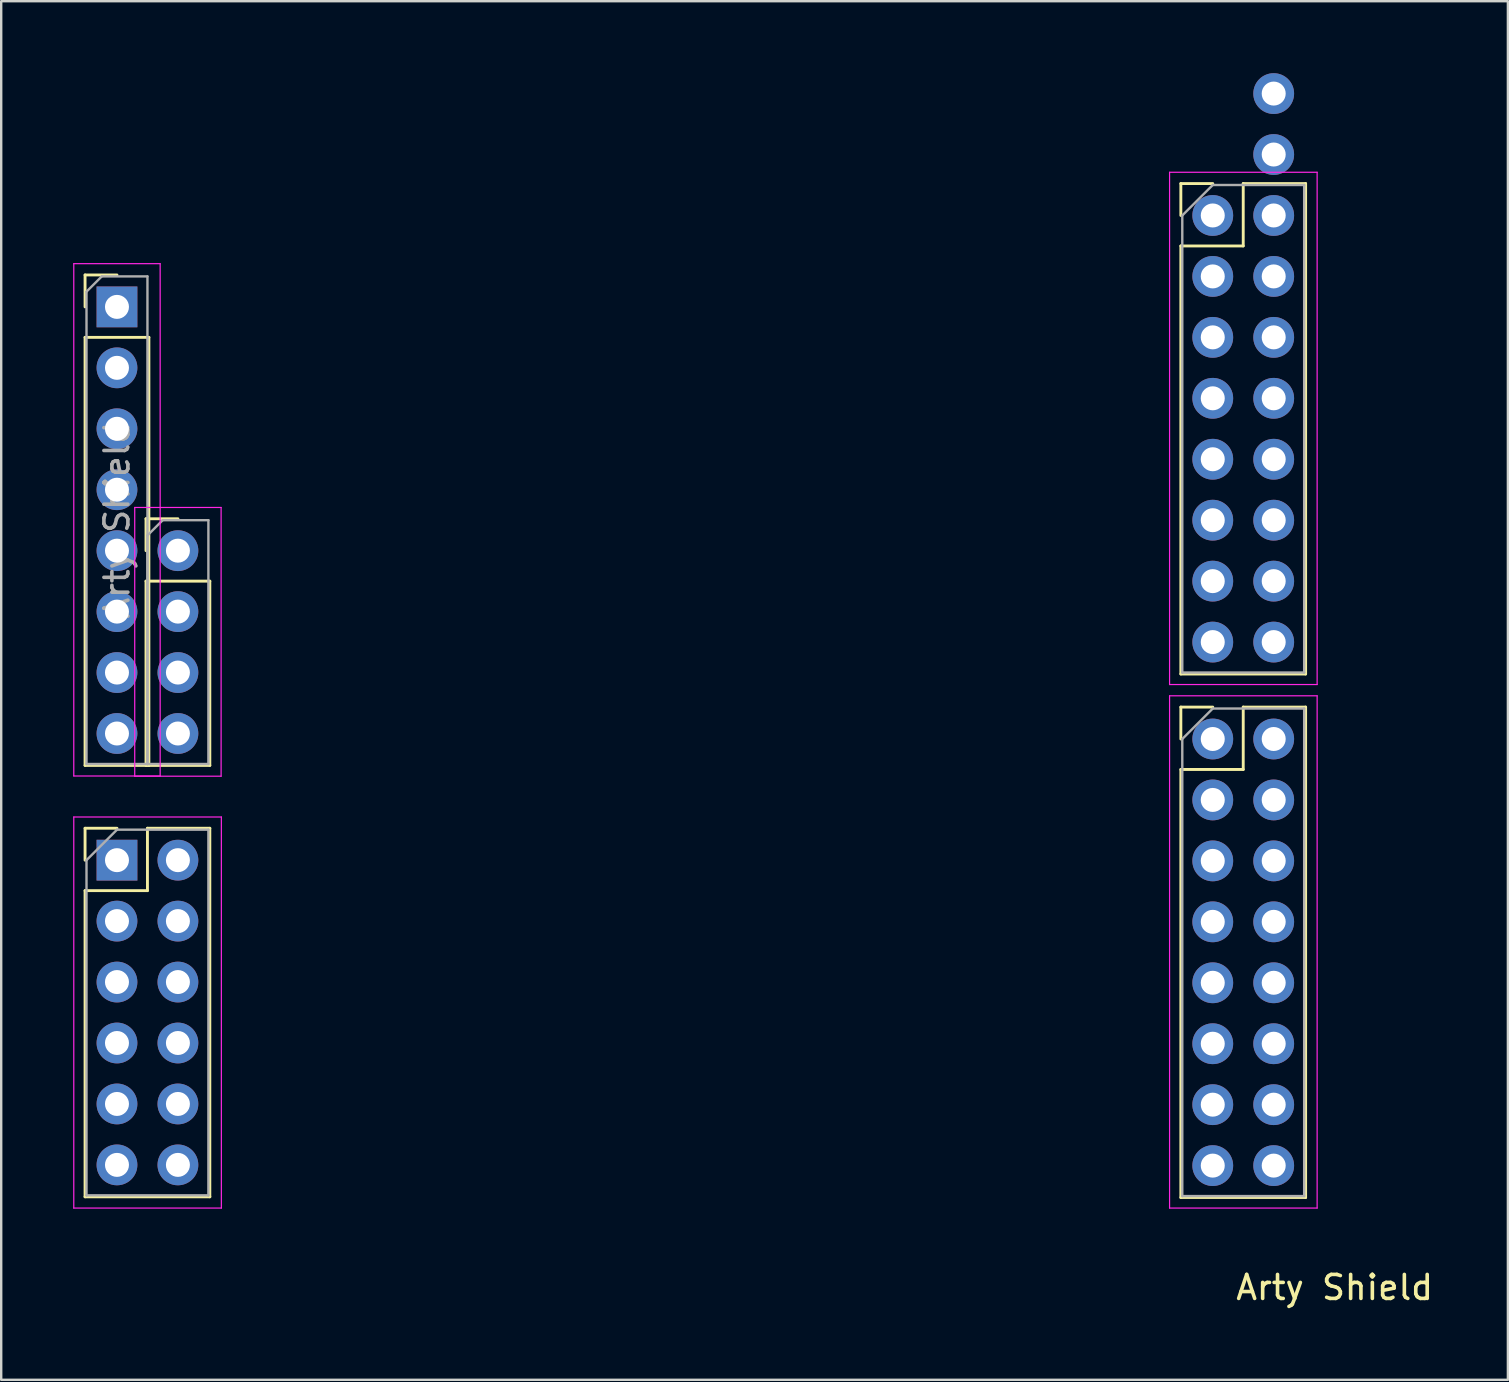
<source format=kicad_pcb>
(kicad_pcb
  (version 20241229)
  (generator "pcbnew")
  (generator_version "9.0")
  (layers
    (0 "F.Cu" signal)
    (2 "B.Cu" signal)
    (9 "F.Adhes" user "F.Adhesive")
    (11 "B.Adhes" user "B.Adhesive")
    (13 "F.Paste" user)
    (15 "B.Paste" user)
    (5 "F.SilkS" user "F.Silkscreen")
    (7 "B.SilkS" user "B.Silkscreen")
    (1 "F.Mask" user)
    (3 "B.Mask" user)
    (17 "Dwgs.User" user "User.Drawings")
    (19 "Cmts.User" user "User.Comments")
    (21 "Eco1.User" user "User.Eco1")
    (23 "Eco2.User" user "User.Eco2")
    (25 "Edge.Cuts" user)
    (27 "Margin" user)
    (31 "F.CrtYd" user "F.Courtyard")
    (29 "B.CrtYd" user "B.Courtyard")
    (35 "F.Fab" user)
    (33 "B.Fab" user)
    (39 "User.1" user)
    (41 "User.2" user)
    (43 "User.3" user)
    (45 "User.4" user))
  (footprint "Arty Shield"
    (layer "F.Cu")
    (at 50.034 45.529)
    (property "Reference" "Arty Shield" (at 2.54 5.08 0) (unlocked yes) (layer "F.SilkS") (effects (font (size 1 1) (thickness 0.15))))
    (attr through_hole)
    (fp_line (start -49.539 -37.119) (end -48.209 -37.119) (stroke (width 0.12) (type solid)) (layer "F.SilkS"))
    (fp_line (start -49.539 -35.789) (end -49.539 -37.119) (stroke (width 0.12) (type solid)) (layer "F.SilkS"))
    (fp_line (start -49.539 -34.519) (end -49.539 -16.679) (stroke (width 0.12) (type solid)) (layer "F.SilkS"))
    (fp_line (start -49.539 -34.519) (end -46.879 -34.519) (stroke (width 0.12) (type solid)) (layer "F.SilkS"))
    (fp_line (start -49.539 -16.679) (end -46.879 -16.679) (stroke (width 0.12) (type solid)) (layer "F.SilkS"))
    (fp_line (start -49.539 -14.06) (end -48.209 -14.06) (stroke (width 0.12) (type solid)) (layer "F.SilkS"))
    (fp_line (start -49.539 -12.73) (end -49.539 -14.06) (stroke (width 0.12) (type solid)) (layer "F.SilkS"))
    (fp_line (start -49.539 -11.46) (end -49.539 1.3) (stroke (width 0.12) (type solid)) (layer "F.SilkS"))
    (fp_line (start -49.539 -11.46) (end -46.939 -11.46) (stroke (width 0.12) (type solid)) (layer "F.SilkS"))
    (fp_line (start -49.539 1.3) (end -44.339 1.3) (stroke (width 0.12) (type solid)) (layer "F.SilkS"))
    (fp_line (start -46.999 -26.959) (end -45.669 -26.959) (stroke (width 0.12) (type solid)) (layer "F.SilkS"))
    (fp_line (start -46.999 -25.629) (end -46.999 -26.959) (stroke (width 0.12) (type solid)) (layer "F.SilkS"))
    (fp_line (start -46.999 -24.359) (end -46.999 -16.679) (stroke (width 0.12) (type solid)) (layer "F.SilkS"))
    (fp_line (start -46.999 -24.359) (end -44.339 -24.359) (stroke (width 0.12) (type solid)) (layer "F.SilkS"))
    (fp_line (start -46.999 -16.679) (end -44.339 -16.679) (stroke (width 0.12) (type solid)) (layer "F.SilkS"))
    (fp_line (start -46.939 -14.06) (end -44.339 -14.06) (stroke (width 0.12) (type solid)) (layer "F.SilkS"))
    (fp_line (start -46.939 -11.46) (end -46.939 -14.06) (stroke (width 0.12) (type solid)) (layer "F.SilkS"))
    (fp_line (start -46.879 -34.519) (end -46.879 -16.679) (stroke (width 0.12) (type solid)) (layer "F.SilkS"))
    (fp_line (start -44.339 -24.359) (end -44.339 -16.679) (stroke (width 0.12) (type solid)) (layer "F.SilkS"))
    (fp_line (start -44.339 -14.06) (end -44.339 1.3) (stroke (width 0.12) (type solid)) (layer "F.SilkS"))
    (fp_line (start -3.87 -40.929) (end -2.54 -40.929) (stroke (width 0.12) (type solid)) (layer "F.SilkS"))
    (fp_line (start -3.87 -39.599) (end -3.87 -40.929) (stroke (width 0.12) (type solid)) (layer "F.SilkS"))
    (fp_line (start -3.87 -38.329) (end -3.87 -20.489) (stroke (width 0.12) (type solid)) (layer "F.SilkS"))
    (fp_line (start -3.87 -38.329) (end -1.27 -38.329) (stroke (width 0.12) (type solid)) (layer "F.SilkS"))
    (fp_line (start -3.87 -20.489) (end 1.33 -20.489) (stroke (width 0.12) (type solid)) (layer "F.SilkS"))
    (fp_line (start -3.87 -19.11) (end -2.54 -19.11) (stroke (width 0.12) (type solid)) (layer "F.SilkS"))
    (fp_line (start -3.87 -17.78) (end -3.87 -19.11) (stroke (width 0.12) (type solid)) (layer "F.SilkS"))
    (fp_line (start -3.87 -16.51) (end -3.87 1.33) (stroke (width 0.12) (type solid)) (layer "F.SilkS"))
    (fp_line (start -3.87 -16.51) (end -1.27 -16.51) (stroke (width 0.12) (type solid)) (layer "F.SilkS"))
    (fp_line (start -3.87 1.33) (end 1.33 1.33) (stroke (width 0.12) (type solid)) (layer "F.SilkS"))
    (fp_line (start -1.27 -40.929) (end 1.33 -40.929) (stroke (width 0.12) (type solid)) (layer "F.SilkS"))
    (fp_line (start -1.27 -38.329) (end -1.27 -40.929) (stroke (width 0.12) (type solid)) (layer "F.SilkS"))
    (fp_line (start -1.27 -19.11) (end 1.33 -19.11) (stroke (width 0.12) (type solid)) (layer "F.SilkS"))
    (fp_line (start -1.27 -16.51) (end -1.27 -19.11) (stroke (width 0.12) (type solid)) (layer "F.SilkS"))
    (fp_line (start 1.33 -40.929) (end 1.33 -20.489) (stroke (width 0.12) (type solid)) (layer "F.SilkS"))
    (fp_line (start 1.33 -19.11) (end 1.33 1.33) (stroke (width 0.12) (type solid)) (layer "F.SilkS"))
    (fp_line (start -50.009 -37.589) (end -50.009 -16.239) (stroke (width 0.05) (type solid)) (layer "F.CrtYd"))
    (fp_line (start -50.009 -16.239) (end -46.409 -16.239) (stroke (width 0.05) (type solid)) (layer "F.CrtYd"))
    (fp_line (start -50.009 -14.53) (end -50.009 1.77) (stroke (width 0.05) (type solid)) (layer "F.CrtYd"))
    (fp_line (start -50.009 1.77) (end -43.859 1.77) (stroke (width 0.05) (type solid)) (layer "F.CrtYd"))
    (fp_line (start -47.469 -27.429) (end -47.469 -16.229) (stroke (width 0.05) (type solid)) (layer "F.CrtYd"))
    (fp_line (start -47.469 -16.229) (end -43.869 -16.229) (stroke (width 0.05) (type solid)) (layer "F.CrtYd"))
    (fp_line (start -46.409 -37.589) (end -50.009 -37.589) (stroke (width 0.05) (type solid)) (layer "F.CrtYd"))
    (fp_line (start -46.409 -16.239) (end -46.409 -37.589) (stroke (width 0.05) (type solid)) (layer "F.CrtYd"))
    (fp_line (start -43.869 -27.429) (end -47.469 -27.429) (stroke (width 0.05) (type solid)) (layer "F.CrtYd"))
    (fp_line (start -43.869 -16.229) (end -43.869 -27.429) (stroke (width 0.05) (type solid)) (layer "F.CrtYd"))
    (fp_line (start -43.859 -14.53) (end -50.009 -14.53) (stroke (width 0.05) (type solid)) (layer "F.CrtYd"))
    (fp_line (start -43.859 1.77) (end -43.859 -14.53) (stroke (width 0.05) (type solid)) (layer "F.CrtYd"))
    (fp_line (start -4.34 -41.399) (end -4.34 -20.049) (stroke (width 0.05) (type solid)) (layer "F.CrtYd"))
    (fp_line (start -4.34 -20.049) (end 1.81 -20.049) (stroke (width 0.05) (type solid)) (layer "F.CrtYd"))
    (fp_line (start -4.34 -19.58) (end -4.34 1.77) (stroke (width 0.05) (type solid)) (layer "F.CrtYd"))
    (fp_line (start -4.34 1.77) (end 1.81 1.77) (stroke (width 0.05) (type solid)) (layer "F.CrtYd"))
    (fp_line (start 1.81 -41.399) (end -4.34 -41.399) (stroke (width 0.05) (type solid)) (layer "F.CrtYd"))
    (fp_line (start 1.81 -20.049) (end 1.81 -41.399) (stroke (width 0.05) (type solid)) (layer "F.CrtYd"))
    (fp_line (start 1.81 -19.58) (end -4.34 -19.58) (stroke (width 0.05) (type solid)) (layer "F.CrtYd"))
    (fp_line (start 1.81 1.77) (end 1.81 -19.58) (stroke (width 0.05) (type solid)) (layer "F.CrtYd"))
    (fp_line (start -49.479 -36.424) (end -48.844 -37.059) (stroke (width 0.1) (type solid)) (layer "F.Fab"))
    (fp_line (start -49.479 -16.739) (end -49.479 -36.424) (stroke (width 0.1) (type solid)) (layer "F.Fab"))
    (fp_line (start -49.479 -12.73) (end -48.209 -14) (stroke (width 0.1) (type solid)) (layer "F.Fab"))
    (fp_line (start -49.479 1.24) (end -49.479 -12.73) (stroke (width 0.1) (type solid)) (layer "F.Fab"))
    (fp_line (start -48.844 -37.059) (end -46.939 -37.059) (stroke (width 0.1) (type solid)) (layer "F.Fab"))
    (fp_line (start -48.209 -14) (end -44.399 -14) (stroke (width 0.1) (type solid)) (layer "F.Fab"))
    (fp_line (start -46.939 -37.059) (end -46.939 -16.739) (stroke (width 0.1) (type solid)) (layer "F.Fab"))
    (fp_line (start -46.939 -26.264) (end -46.304 -26.899) (stroke (width 0.1) (type solid)) (layer "F.Fab"))
    (fp_line (start -46.939 -16.739) (end -49.479 -16.739) (stroke (width 0.1) (type solid)) (layer "F.Fab"))
    (fp_line (start -46.939 -16.739) (end -46.939 -26.264) (stroke (width 0.1) (type solid)) (layer "F.Fab"))
    (fp_line (start -46.304 -26.899) (end -44.399 -26.899) (stroke (width 0.1) (type solid)) (layer "F.Fab"))
    (fp_line (start -44.399 -26.899) (end -44.399 -16.739) (stroke (width 0.1) (type solid)) (layer "F.Fab"))
    (fp_line (start -44.399 -16.739) (end -46.939 -16.739) (stroke (width 0.1) (type solid)) (layer "F.Fab"))
    (fp_line (start -44.399 -14) (end -44.399 1.24) (stroke (width 0.1) (type solid)) (layer "F.Fab"))
    (fp_line (start -44.399 1.24) (end -49.479 1.24) (stroke (width 0.1) (type solid)) (layer "F.Fab"))
    (fp_line (start -3.81 -39.599) (end -2.54 -40.869) (stroke (width 0.1) (type solid)) (layer "F.Fab"))
    (fp_line (start -3.81 -20.549) (end -3.81 -39.599) (stroke (width 0.1) (type solid)) (layer "F.Fab"))
    (fp_line (start -3.81 -17.78) (end -2.54 -19.05) (stroke (width 0.1) (type solid)) (layer "F.Fab"))
    (fp_line (start -3.81 1.27) (end -3.81 -17.78) (stroke (width 0.1) (type solid)) (layer "F.Fab"))
    (fp_line (start -2.54 -40.869) (end 1.27 -40.869) (stroke (width 0.1) (type solid)) (layer "F.Fab"))
    (fp_line (start -2.54 -19.05) (end 1.27 -19.05) (stroke (width 0.1) (type solid)) (layer "F.Fab"))
    (fp_line (start 1.27 -40.869) (end 1.27 -20.549) (stroke (width 0.1) (type solid)) (layer "F.Fab"))
    (fp_line (start 1.27 -20.549) (end -3.81 -20.549) (stroke (width 0.1) (type solid)) (layer "F.Fab"))
    (fp_line (start 1.27 -19.05) (end 1.27 1.27) (stroke (width 0.1) (type solid)) (layer "F.Fab"))
    (fp_line (start 1.27 1.27) (end -3.81 1.27) (stroke (width 0.1) (type solid)) (layer "F.Fab"))
    (fp_text user "${REFERENCE}" (at -48.209 -26.899 90) (layer "F.Fab") (effects (font (size 1 1) (thickness 0.15))))
    (pad "1" thru_hole rect (at -48.209 -35.789) (size 1.7 1.7) (drill 1) (layers "*.Cu" "*.Mask"))
    (pad "1" thru_hole rect (at -48.209 -12.73) (size 1.7 1.7) (drill 1) (layers "*.Cu" "*.Mask"))
    (pad "1" thru_hole circle (at -45.669 -25.629) (size 1.7 1.7) (drill 1) (layers "*.Cu" "*.Mask"))
    (pad "1" thru_hole circle (at -2.54 -39.599) (size 1.7 1.7) (drill 1) (layers "*.Cu" "*.Mask"))
    (pad "1" thru_hole circle (at -2.54 -17.78) (size 1.7 1.7) (drill 1) (layers "*.Cu" "*.Mask"))
    (pad "2" thru_hole oval (at -48.209 -33.249) (size 1.7 1.7) (drill 1) (layers "*.Cu" "*.Mask"))
    (pad "2" thru_hole oval (at -45.669 -23.089) (size 1.7 1.7) (drill 1) (layers "*.Cu" "*.Mask"))
    (pad "2" thru_hole oval (at -45.669 -12.73) (size 1.7 1.7) (drill 1) (layers "*.Cu" "*.Mask"))
    (pad "2" thru_hole oval (at 0 -39.599) (size 1.7 1.7) (drill 1) (layers "*.Cu" "*.Mask"))
    (pad "2" thru_hole oval (at 0 -17.78) (size 1.7 1.7) (drill 1) (layers "*.Cu" "*.Mask"))
    (pad "3" thru_hole oval (at -48.209 -30.709) (size 1.7 1.7) (drill 1) (layers "*.Cu" "*.Mask"))
    (pad "3" thru_hole oval (at -48.209 -10.19) (size 1.7 1.7) (drill 1) (layers "*.Cu" "*.Mask"))
    (pad "3" thru_hole oval (at -45.669 -20.549) (size 1.7 1.7) (drill 1) (layers "*.Cu" "*.Mask"))
    (pad "3" thru_hole oval (at -2.54 -37.059) (size 1.7 1.7) (drill 1) (layers "*.Cu" "*.Mask"))
    (pad "3" thru_hole oval (at -2.54 -15.24) (size 1.7 1.7) (drill 1) (layers "*.Cu" "*.Mask"))
    (pad "4" thru_hole oval (at -48.209 -28.169) (size 1.7 1.7) (drill 1) (layers "*.Cu" "*.Mask"))
    (pad "4" thru_hole oval (at -45.669 -18.009) (size 1.7 1.7) (drill 1) (layers "*.Cu" "*.Mask"))
    (pad "4" thru_hole oval (at -45.669 -10.19) (size 1.7 1.7) (drill 1) (layers "*.Cu" "*.Mask"))
    (pad "4" thru_hole oval (at 0 -37.059) (size 1.7 1.7) (drill 1) (layers "*.Cu" "*.Mask"))
    (pad "4" thru_hole oval (at 0 -15.24) (size 1.7 1.7) (drill 1) (layers "*.Cu" "*.Mask"))
    (pad "5" thru_hole oval (at -48.209 -25.629) (size 1.7 1.7) (drill 1) (layers "*.Cu" "*.Mask"))
    (pad "5" thru_hole oval (at -48.209 -7.65) (size 1.7 1.7) (drill 1) (layers "*.Cu" "*.Mask"))
    (pad "5" thru_hole oval (at -2.54 -34.519) (size 1.7 1.7) (drill 1) (layers "*.Cu" "*.Mask"))
    (pad "5" thru_hole oval (at -2.54 -12.7) (size 1.7 1.7) (drill 1) (layers "*.Cu" "*.Mask"))
    (pad "6" thru_hole oval (at -48.209 -23.089) (size 1.7 1.7) (drill 1) (layers "*.Cu" "*.Mask"))
    (pad "6" thru_hole oval (at -45.669 -7.65) (size 1.7 1.7) (drill 1) (layers "*.Cu" "*.Mask"))
    (pad "6" thru_hole oval (at 0 -34.519) (size 1.7 1.7) (drill 1) (layers "*.Cu" "*.Mask"))
    (pad "6" thru_hole oval (at 0 -12.7) (size 1.7 1.7) (drill 1) (layers "*.Cu" "*.Mask"))
    (pad "7" thru_hole oval (at -48.209 -20.549) (size 1.7 1.7) (drill 1) (layers "*.Cu" "*.Mask"))
    (pad "7" thru_hole oval (at -48.209 -5.11) (size 1.7 1.7) (drill 1) (layers "*.Cu" "*.Mask"))
    (pad "7" thru_hole oval (at -2.54 -31.979) (size 1.7 1.7) (drill 1) (layers "*.Cu" "*.Mask"))
    (pad "7" thru_hole oval (at -2.54 -10.16) (size 1.7 1.7) (drill 1) (layers "*.Cu" "*.Mask"))
    (pad "8" thru_hole oval (at -48.209 -18.009) (size 1.7 1.7) (drill 1) (layers "*.Cu" "*.Mask"))
    (pad "8" thru_hole oval (at -45.669 -5.11) (size 1.7 1.7) (drill 1) (layers "*.Cu" "*.Mask"))
    (pad "8" thru_hole oval (at 0 -31.979) (size 1.7 1.7) (drill 1) (layers "*.Cu" "*.Mask"))
    (pad "8" thru_hole oval (at 0 -10.16) (size 1.7 1.7) (drill 1) (layers "*.Cu" "*.Mask"))
    (pad "9" thru_hole oval (at -48.209 -2.57) (size 1.7 1.7) (drill 1) (layers "*.Cu" "*.Mask"))
    (pad "9" thru_hole oval (at -2.54 -29.439) (size 1.7 1.7) (drill 1) (layers "*.Cu" "*.Mask"))
    (pad "9" thru_hole oval (at -2.54 -7.62) (size 1.7 1.7) (drill 1) (layers "*.Cu" "*.Mask"))
    (pad "10" thru_hole oval (at -45.669 -2.57) (size 1.7 1.7) (drill 1) (layers "*.Cu" "*.Mask"))
    (pad "10" thru_hole oval (at 0 -29.439) (size 1.7 1.7) (drill 1) (layers "*.Cu" "*.Mask"))
    (pad "10" thru_hole oval (at 0 -7.62) (size 1.7 1.7) (drill 1) (layers "*.Cu" "*.Mask"))
    (pad "11" thru_hole oval (at -48.209 -0.03) (size 1.7 1.7) (drill 1) (layers "*.Cu" "*.Mask"))
    (pad "11" thru_hole oval (at -2.54 -26.899) (size 1.7 1.7) (drill 1) (layers "*.Cu" "*.Mask"))
    (pad "11" thru_hole oval (at -2.54 -5.08) (size 1.7 1.7) (drill 1) (layers "*.Cu" "*.Mask"))
    (pad "12" thru_hole oval (at -45.669 -0.03) (size 1.7 1.7) (drill 1) (layers "*.Cu" "*.Mask"))
    (pad "12" thru_hole oval (at 0 -26.899) (size 1.7 1.7) (drill 1) (layers "*.Cu" "*.Mask"))
    (pad "12" thru_hole oval (at 0 -5.08) (size 1.7 1.7) (drill 1) (layers "*.Cu" "*.Mask"))
    (pad "13" thru_hole oval (at -2.54 -24.359) (size 1.7 1.7) (drill 1) (layers "*.Cu" "*.Mask"))
    (pad "13" thru_hole oval (at -2.54 -2.54) (size 1.7 1.7) (drill 1) (layers "*.Cu" "*.Mask"))
    (pad "14" thru_hole oval (at 0 -24.359) (size 1.7 1.7) (drill 1) (layers "*.Cu" "*.Mask"))
    (pad "14" thru_hole oval (at 0 -2.54) (size 1.7 1.7) (drill 1) (layers "*.Cu" "*.Mask"))
    (pad "15" thru_hole oval (at -2.54 -21.819) (size 1.7 1.7) (drill 1) (layers "*.Cu" "*.Mask"))
    (pad "15" thru_hole oval (at -2.54 0) (size 1.7 1.7) (drill 1) (layers "*.Cu" "*.Mask"))
    (pad "16" thru_hole oval (at 0 -21.819) (size 1.7 1.7) (drill 1) (layers "*.Cu" "*.Mask"))
    (pad "16" thru_hole oval (at 0 0) (size 1.7 1.7) (drill 1) (layers "*.Cu" "*.Mask"))
    (pad "18" thru_hole circle (at 0 -42.139) (size 1.7 1.7) (drill 1) (layers "*.Cu" "*.Mask"))
    (pad "19" thru_hole circle (at 0 -44.679) (size 1.7 1.7) (drill 1) (layers "*.Cu" "*.Mask")))
  (gr_rect
    (start -3 -3)
    (end 59.794 54.457)
    (stroke (width 0.1) (type default))
    (fill no)
    (layer "Edge.Cuts")))
</source>
